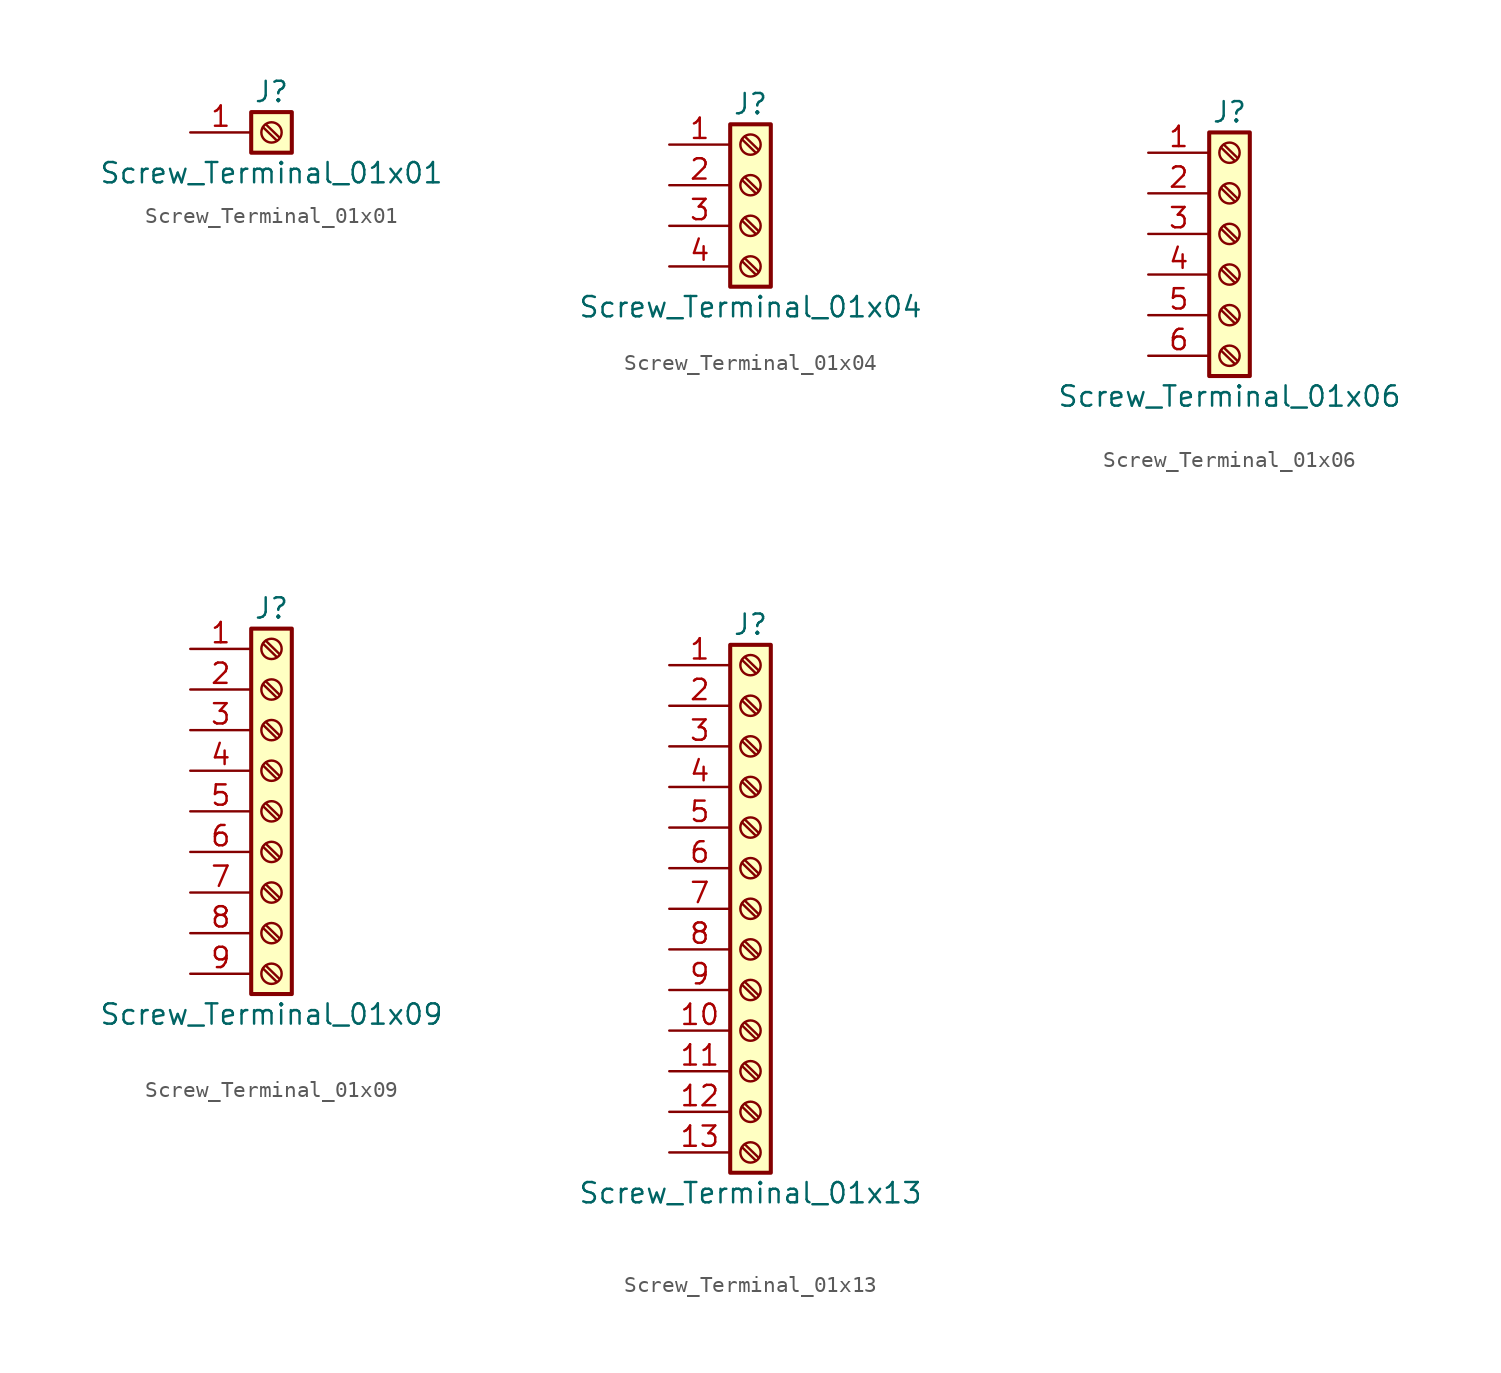
<source format=kicad_sym>
(kicad_symbol_lib
  (version 20211014)
  (generator kicad_symbol_editor)
  (symbol "Screw_Terminal_01x01"
    (pin_names
      (offset 1.016) hide)
    (property "Reference" "J"
      (at 0 2.54 0)
      (effects (font (size 1.27 1.27))))
    (property "Value" "Screw_Terminal_01x01"
      (at 0 -2.54 0)
      (effects (font (size 1.27 1.27))))
    (symbol "Screw_Terminal_01x01_1_1"
      (rectangle (start -1.27 1.27) (end 1.27 -1.27) (stroke (width 0.254) (type default) (color 0 0 0 0)) (fill (type background)))
      (polyline (pts (xy -0.533 0.33) (xy 0.33 -0.508)) (stroke (width 0.152) (type default) (color 0 0 0 0)) (fill (type none)))
      (polyline (pts (xy -0.356 0.508) (xy 0.508 -0.33)) (stroke (width 0.152) (type default) (color 0 0 0 0)) (fill (type none)))
      (circle (center 0 0) (radius 0.635) (stroke (width 0.152) (type default) (color 0 0 0 0)) (fill (type none)))
      (pin passive line (at -5.08 0 0) (length 3.81) (name "Pin_1" (effects (font (size 1.27 1.27)))) (number "1" (effects (font (size 1.27 1.27)))))))
  (symbol "Screw_Terminal_01x04"
    (pin_names
      (offset 1.016) hide)
    (property "Reference" "J"
      (at 0 5.08 0)
      (effects (font (size 1.27 1.27))))
    (property "Value" "Screw_Terminal_01x04"
      (at 0 -7.62 0)
      (effects (font (size 1.27 1.27))))
    (symbol "Screw_Terminal_01x04_1_1"
      (rectangle (start -1.27 3.81) (end 1.27 -6.35) (stroke (width 0.254) (type default) (color 0 0 0 0)) (fill (type background)))
      (circle (center 0 -5.08) (radius 0.635) (stroke (width 0.152) (type default) (color 0 0 0 0)) (fill (type none)))
      (circle (center 0 -2.54) (radius 0.635) (stroke (width 0.152) (type default) (color 0 0 0 0)) (fill (type none)))
      (polyline (pts (xy -0.533 -4.75) (xy 0.33 -5.588)) (stroke (width 0.152) (type default) (color 0 0 0 0)) (fill (type none)))
      (polyline (pts (xy -0.533 -2.21) (xy 0.33 -3.048)) (stroke (width 0.152) (type default) (color 0 0 0 0)) (fill (type none)))
      (polyline (pts (xy -0.533 0.33) (xy 0.33 -0.508)) (stroke (width 0.152) (type default) (color 0 0 0 0)) (fill (type none)))
      (polyline (pts (xy -0.533 2.87) (xy 0.33 2.032)) (stroke (width 0.152) (type default) (color 0 0 0 0)) (fill (type none)))
      (polyline (pts (xy -0.356 -4.572) (xy 0.508 -5.41)) (stroke (width 0.152) (type default) (color 0 0 0 0)) (fill (type none)))
      (polyline (pts (xy -0.356 -2.032) (xy 0.508 -2.87)) (stroke (width 0.152) (type default) (color 0 0 0 0)) (fill (type none)))
      (polyline (pts (xy -0.356 0.508) (xy 0.508 -0.33)) (stroke (width 0.152) (type default) (color 0 0 0 0)) (fill (type none)))
      (polyline (pts (xy -0.356 3.048) (xy 0.508 2.21)) (stroke (width 0.152) (type default) (color 0 0 0 0)) (fill (type none)))
      (circle (center 0 0) (radius 0.635) (stroke (width 0.152) (type default) (color 0 0 0 0)) (fill (type none)))
      (circle (center 0 2.54) (radius 0.635) (stroke (width 0.152) (type default) (color 0 0 0 0)) (fill (type none)))
      (pin passive line (at -5.08 2.54 0) (length 3.81) (name "Pin_1" (effects (font (size 1.27 1.27)))) (number "1" (effects (font (size 1.27 1.27)))))
      (pin passive line (at -5.08 0 0) (length 3.81) (name "Pin_2" (effects (font (size 1.27 1.27)))) (number "2" (effects (font (size 1.27 1.27)))))
      (pin passive line (at -5.08 -2.54 0) (length 3.81) (name "Pin_3" (effects (font (size 1.27 1.27)))) (number "3" (effects (font (size 1.27 1.27)))))
      (pin passive line (at -5.08 -5.08 0) (length 3.81) (name "Pin_4" (effects (font (size 1.27 1.27)))) (number "4" (effects (font (size 1.27 1.27)))))))
  (symbol "Screw_Terminal_01x06"
    (pin_names
      (offset 1.016) hide)
    (property "Reference" "J"
      (at 0 7.62 0)
      (effects (font (size 1.27 1.27))))
    (property "Value" "Screw_Terminal_01x06"
      (at 0 -10.16 0)
      (effects (font (size 1.27 1.27))))
    (symbol "Screw_Terminal_01x06_1_1"
      (rectangle (start -1.27 6.35) (end 1.27 -8.89) (stroke (width 0.254) (type default) (color 0 0 0 0)) (fill (type background)))
      (circle (center 0 -7.62) (radius 0.635) (stroke (width 0.152) (type default) (color 0 0 0 0)) (fill (type none)))
      (circle (center 0 -5.08) (radius 0.635) (stroke (width 0.152) (type default) (color 0 0 0 0)) (fill (type none)))
      (circle (center 0 -2.54) (radius 0.635) (stroke (width 0.152) (type default) (color 0 0 0 0)) (fill (type none)))
      (polyline (pts (xy -0.533 -7.29) (xy 0.33 -8.128)) (stroke (width 0.152) (type default) (color 0 0 0 0)) (fill (type none)))
      (polyline (pts (xy -0.533 -4.75) (xy 0.33 -5.588)) (stroke (width 0.152) (type default) (color 0 0 0 0)) (fill (type none)))
      (polyline (pts (xy -0.533 -2.21) (xy 0.33 -3.048)) (stroke (width 0.152) (type default) (color 0 0 0 0)) (fill (type none)))
      (polyline (pts (xy -0.533 0.33) (xy 0.33 -0.508)) (stroke (width 0.152) (type default) (color 0 0 0 0)) (fill (type none)))
      (polyline (pts (xy -0.533 2.87) (xy 0.33 2.032)) (stroke (width 0.152) (type default) (color 0 0 0 0)) (fill (type none)))
      (polyline (pts (xy -0.533 5.41) (xy 0.33 4.572)) (stroke (width 0.152) (type default) (color 0 0 0 0)) (fill (type none)))
      (polyline (pts (xy -0.356 -7.112) (xy 0.508 -7.95)) (stroke (width 0.152) (type default) (color 0 0 0 0)) (fill (type none)))
      (polyline (pts (xy -0.356 -4.572) (xy 0.508 -5.41)) (stroke (width 0.152) (type default) (color 0 0 0 0)) (fill (type none)))
      (polyline (pts (xy -0.356 -2.032) (xy 0.508 -2.87)) (stroke (width 0.152) (type default) (color 0 0 0 0)) (fill (type none)))
      (polyline (pts (xy -0.356 0.508) (xy 0.508 -0.33)) (stroke (width 0.152) (type default) (color 0 0 0 0)) (fill (type none)))
      (polyline (pts (xy -0.356 3.048) (xy 0.508 2.21)) (stroke (width 0.152) (type default) (color 0 0 0 0)) (fill (type none)))
      (polyline (pts (xy -0.356 5.588) (xy 0.508 4.75)) (stroke (width 0.152) (type default) (color 0 0 0 0)) (fill (type none)))
      (circle (center 0 0) (radius 0.635) (stroke (width 0.152) (type default) (color 0 0 0 0)) (fill (type none)))
      (circle (center 0 2.54) (radius 0.635) (stroke (width 0.152) (type default) (color 0 0 0 0)) (fill (type none)))
      (circle (center 0 5.08) (radius 0.635) (stroke (width 0.152) (type default) (color 0 0 0 0)) (fill (type none)))
      (pin passive line (at -5.08 5.08 0) (length 3.81) (name "Pin_1" (effects (font (size 1.27 1.27)))) (number "1" (effects (font (size 1.27 1.27)))))
      (pin passive line (at -5.08 2.54 0) (length 3.81) (name "Pin_2" (effects (font (size 1.27 1.27)))) (number "2" (effects (font (size 1.27 1.27)))))
      (pin passive line (at -5.08 0 0) (length 3.81) (name "Pin_3" (effects (font (size 1.27 1.27)))) (number "3" (effects (font (size 1.27 1.27)))))
      (pin passive line (at -5.08 -2.54 0) (length 3.81) (name "Pin_4" (effects (font (size 1.27 1.27)))) (number "4" (effects (font (size 1.27 1.27)))))
      (pin passive line (at -5.08 -5.08 0) (length 3.81) (name "Pin_5" (effects (font (size 1.27 1.27)))) (number "5" (effects (font (size 1.27 1.27)))))
      (pin passive line (at -5.08 -7.62 0) (length 3.81) (name "Pin_6" (effects (font (size 1.27 1.27)))) (number "6" (effects (font (size 1.27 1.27)))))))
  (symbol "Screw_Terminal_01x09"
    (pin_names
      (offset 1.016) hide)
    (property "Reference" "J"
      (at 0 12.7 0)
      (effects (font (size 1.27 1.27))))
    (property "Value" "Screw_Terminal_01x09"
      (at 0 -12.7 0)
      (effects (font (size 1.27 1.27))))
    (symbol "Screw_Terminal_01x09_1_1"
      (rectangle (start -1.27 11.43) (end 1.27 -11.43) (stroke (width 0.254) (type default) (color 0 0 0 0)) (fill (type background)))
      (circle (center 0 -10.16) (radius 0.635) (stroke (width 0.152) (type default) (color 0 0 0 0)) (fill (type none)))
      (circle (center 0 -7.62) (radius 0.635) (stroke (width 0.152) (type default) (color 0 0 0 0)) (fill (type none)))
      (circle (center 0 -5.08) (radius 0.635) (stroke (width 0.152) (type default) (color 0 0 0 0)) (fill (type none)))
      (circle (center 0 -2.54) (radius 0.635) (stroke (width 0.152) (type default) (color 0 0 0 0)) (fill (type none)))
      (polyline (pts (xy -0.533 -9.83) (xy 0.33 -10.668)) (stroke (width 0.152) (type default) (color 0 0 0 0)) (fill (type none)))
      (polyline (pts (xy -0.533 -7.29) (xy 0.33 -8.128)) (stroke (width 0.152) (type default) (color 0 0 0 0)) (fill (type none)))
      (polyline (pts (xy -0.533 -4.75) (xy 0.33 -5.588)) (stroke (width 0.152) (type default) (color 0 0 0 0)) (fill (type none)))
      (polyline (pts (xy -0.533 -2.21) (xy 0.33 -3.048)) (stroke (width 0.152) (type default) (color 0 0 0 0)) (fill (type none)))
      (polyline (pts (xy -0.533 0.33) (xy 0.33 -0.508)) (stroke (width 0.152) (type default) (color 0 0 0 0)) (fill (type none)))
      (polyline (pts (xy -0.533 2.87) (xy 0.33 2.032)) (stroke (width 0.152) (type default) (color 0 0 0 0)) (fill (type none)))
      (polyline (pts (xy -0.533 5.41) (xy 0.33 4.572)) (stroke (width 0.152) (type default) (color 0 0 0 0)) (fill (type none)))
      (polyline (pts (xy -0.533 7.95) (xy 0.33 7.112)) (stroke (width 0.152) (type default) (color 0 0 0 0)) (fill (type none)))
      (polyline (pts (xy -0.533 10.49) (xy 0.33 9.652)) (stroke (width 0.152) (type default) (color 0 0 0 0)) (fill (type none)))
      (polyline (pts (xy -0.356 -9.652) (xy 0.508 -10.49)) (stroke (width 0.152) (type default) (color 0 0 0 0)) (fill (type none)))
      (polyline (pts (xy -0.356 -7.112) (xy 0.508 -7.95)) (stroke (width 0.152) (type default) (color 0 0 0 0)) (fill (type none)))
      (polyline (pts (xy -0.356 -4.572) (xy 0.508 -5.41)) (stroke (width 0.152) (type default) (color 0 0 0 0)) (fill (type none)))
      (polyline (pts (xy -0.356 -2.032) (xy 0.508 -2.87)) (stroke (width 0.152) (type default) (color 0 0 0 0)) (fill (type none)))
      (polyline (pts (xy -0.356 0.508) (xy 0.508 -0.33)) (stroke (width 0.152) (type default) (color 0 0 0 0)) (fill (type none)))
      (polyline (pts (xy -0.356 3.048) (xy 0.508 2.21)) (stroke (width 0.152) (type default) (color 0 0 0 0)) (fill (type none)))
      (polyline (pts (xy -0.356 5.588) (xy 0.508 4.75)) (stroke (width 0.152) (type default) (color 0 0 0 0)) (fill (type none)))
      (polyline (pts (xy -0.356 8.128) (xy 0.508 7.29)) (stroke (width 0.152) (type default) (color 0 0 0 0)) (fill (type none)))
      (polyline (pts (xy -0.356 10.668) (xy 0.508 9.83)) (stroke (width 0.152) (type default) (color 0 0 0 0)) (fill (type none)))
      (circle (center 0 0) (radius 0.635) (stroke (width 0.152) (type default) (color 0 0 0 0)) (fill (type none)))
      (circle (center 0 2.54) (radius 0.635) (stroke (width 0.152) (type default) (color 0 0 0 0)) (fill (type none)))
      (circle (center 0 5.08) (radius 0.635) (stroke (width 0.152) (type default) (color 0 0 0 0)) (fill (type none)))
      (circle (center 0 7.62) (radius 0.635) (stroke (width 0.152) (type default) (color 0 0 0 0)) (fill (type none)))
      (circle (center 0 10.16) (radius 0.635) (stroke (width 0.152) (type default) (color 0 0 0 0)) (fill (type none)))
      (pin passive line (at -5.08 10.16 0) (length 3.81) (name "Pin_1" (effects (font (size 1.27 1.27)))) (number "1" (effects (font (size 1.27 1.27)))))
      (pin passive line (at -5.08 7.62 0) (length 3.81) (name "Pin_2" (effects (font (size 1.27 1.27)))) (number "2" (effects (font (size 1.27 1.27)))))
      (pin passive line (at -5.08 5.08 0) (length 3.81) (name "Pin_3" (effects (font (size 1.27 1.27)))) (number "3" (effects (font (size 1.27 1.27)))))
      (pin passive line (at -5.08 2.54 0) (length 3.81) (name "Pin_4" (effects (font (size 1.27 1.27)))) (number "4" (effects (font (size 1.27 1.27)))))
      (pin passive line (at -5.08 0 0) (length 3.81) (name "Pin_5" (effects (font (size 1.27 1.27)))) (number "5" (effects (font (size 1.27 1.27)))))
      (pin passive line (at -5.08 -2.54 0) (length 3.81) (name "Pin_6" (effects (font (size 1.27 1.27)))) (number "6" (effects (font (size 1.27 1.27)))))
      (pin passive line (at -5.08 -5.08 0) (length 3.81) (name "Pin_7" (effects (font (size 1.27 1.27)))) (number "7" (effects (font (size 1.27 1.27)))))
      (pin passive line (at -5.08 -7.62 0) (length 3.81) (name "Pin_8" (effects (font (size 1.27 1.27)))) (number "8" (effects (font (size 1.27 1.27)))))
      (pin passive line (at -5.08 -10.16 0) (length 3.81) (name "Pin_9" (effects (font (size 1.27 1.27)))) (number "9" (effects (font (size 1.27 1.27)))))))
  (symbol "Screw_Terminal_01x13"
    (pin_names
      (offset 1.016) hide)
    (property "Reference" "J"
      (at 0 17.78 0)
      (effects (font (size 1.27 1.27))))
    (property "Value" "Screw_Terminal_01x13"
      (at 0 -17.78 0)
      (effects (font (size 1.27 1.27))))
    (symbol "Screw_Terminal_01x13_1_1"
      (rectangle (start -1.27 16.51) (end 1.27 -16.51) (stroke (width 0.254) (type default) (color 0 0 0 0)) (fill (type background)))
      (circle (center 0 -15.24) (radius 0.635) (stroke (width 0.152) (type default) (color 0 0 0 0)) (fill (type none)))
      (circle (center 0 -12.7) (radius 0.635) (stroke (width 0.152) (type default) (color 0 0 0 0)) (fill (type none)))
      (circle (center 0 -10.16) (radius 0.635) (stroke (width 0.152) (type default) (color 0 0 0 0)) (fill (type none)))
      (circle (center 0 -7.62) (radius 0.635) (stroke (width 0.152) (type default) (color 0 0 0 0)) (fill (type none)))
      (circle (center 0 -5.08) (radius 0.635) (stroke (width 0.152) (type default) (color 0 0 0 0)) (fill (type none)))
      (circle (center 0 -2.54) (radius 0.635) (stroke (width 0.152) (type default) (color 0 0 0 0)) (fill (type none)))
      (polyline (pts (xy -0.533 -14.91) (xy 0.33 -15.748)) (stroke (width 0.152) (type default) (color 0 0 0 0)) (fill (type none)))
      (polyline (pts (xy -0.533 -12.37) (xy 0.33 -13.208)) (stroke (width 0.152) (type default) (color 0 0 0 0)) (fill (type none)))
      (polyline (pts (xy -0.533 -9.83) (xy 0.33 -10.668)) (stroke (width 0.152) (type default) (color 0 0 0 0)) (fill (type none)))
      (polyline (pts (xy -0.533 -7.29) (xy 0.33 -8.128)) (stroke (width 0.152) (type default) (color 0 0 0 0)) (fill (type none)))
      (polyline (pts (xy -0.533 -4.75) (xy 0.33 -5.588)) (stroke (width 0.152) (type default) (color 0 0 0 0)) (fill (type none)))
      (polyline (pts (xy -0.533 -2.21) (xy 0.33 -3.048)) (stroke (width 0.152) (type default) (color 0 0 0 0)) (fill (type none)))
      (polyline (pts (xy -0.533 0.33) (xy 0.33 -0.508)) (stroke (width 0.152) (type default) (color 0 0 0 0)) (fill (type none)))
      (polyline (pts (xy -0.533 2.87) (xy 0.33 2.032)) (stroke (width 0.152) (type default) (color 0 0 0 0)) (fill (type none)))
      (polyline (pts (xy -0.533 5.41) (xy 0.33 4.572)) (stroke (width 0.152) (type default) (color 0 0 0 0)) (fill (type none)))
      (polyline (pts (xy -0.533 7.95) (xy 0.33 7.112)) (stroke (width 0.152) (type default) (color 0 0 0 0)) (fill (type none)))
      (polyline (pts (xy -0.533 10.49) (xy 0.33 9.652)) (stroke (width 0.152) (type default) (color 0 0 0 0)) (fill (type none)))
      (polyline (pts (xy -0.533 13.03) (xy 0.33 12.192)) (stroke (width 0.152) (type default) (color 0 0 0 0)) (fill (type none)))
      (polyline (pts (xy -0.533 15.57) (xy 0.33 14.732)) (stroke (width 0.152) (type default) (color 0 0 0 0)) (fill (type none)))
      (polyline (pts (xy -0.356 -14.732) (xy 0.508 -15.57)) (stroke (width 0.152) (type default) (color 0 0 0 0)) (fill (type none)))
      (polyline (pts (xy -0.356 -12.192) (xy 0.508 -13.03)) (stroke (width 0.152) (type default) (color 0 0 0 0)) (fill (type none)))
      (polyline (pts (xy -0.356 -9.652) (xy 0.508 -10.49)) (stroke (width 0.152) (type default) (color 0 0 0 0)) (fill (type none)))
      (polyline (pts (xy -0.356 -7.112) (xy 0.508 -7.95)) (stroke (width 0.152) (type default) (color 0 0 0 0)) (fill (type none)))
      (polyline (pts (xy -0.356 -4.572) (xy 0.508 -5.41)) (stroke (width 0.152) (type default) (color 0 0 0 0)) (fill (type none)))
      (polyline (pts (xy -0.356 -2.032) (xy 0.508 -2.87)) (stroke (width 0.152) (type default) (color 0 0 0 0)) (fill (type none)))
      (polyline (pts (xy -0.356 0.508) (xy 0.508 -0.33)) (stroke (width 0.152) (type default) (color 0 0 0 0)) (fill (type none)))
      (polyline (pts (xy -0.356 3.048) (xy 0.508 2.21)) (stroke (width 0.152) (type default) (color 0 0 0 0)) (fill (type none)))
      (polyline (pts (xy -0.356 5.588) (xy 0.508 4.75)) (stroke (width 0.152) (type default) (color 0 0 0 0)) (fill (type none)))
      (polyline (pts (xy -0.356 8.128) (xy 0.508 7.29)) (stroke (width 0.152) (type default) (color 0 0 0 0)) (fill (type none)))
      (polyline (pts (xy -0.356 10.668) (xy 0.508 9.83)) (stroke (width 0.152) (type default) (color 0 0 0 0)) (fill (type none)))
      (polyline (pts (xy -0.356 13.208) (xy 0.508 12.37)) (stroke (width 0.152) (type default) (color 0 0 0 0)) (fill (type none)))
      (polyline (pts (xy -0.356 15.748) (xy 0.508 14.91)) (stroke (width 0.152) (type default) (color 0 0 0 0)) (fill (type none)))
      (circle (center 0 0) (radius 0.635) (stroke (width 0.152) (type default) (color 0 0 0 0)) (fill (type none)))
      (circle (center 0 2.54) (radius 0.635) (stroke (width 0.152) (type default) (color 0 0 0 0)) (fill (type none)))
      (circle (center 0 5.08) (radius 0.635) (stroke (width 0.152) (type default) (color 0 0 0 0)) (fill (type none)))
      (circle (center 0 7.62) (radius 0.635) (stroke (width 0.152) (type default) (color 0 0 0 0)) (fill (type none)))
      (circle (center 0 10.16) (radius 0.635) (stroke (width 0.152) (type default) (color 0 0 0 0)) (fill (type none)))
      (circle (center 0 12.7) (radius 0.635) (stroke (width 0.152) (type default) (color 0 0 0 0)) (fill (type none)))
      (circle (center 0 15.24) (radius 0.635) (stroke (width 0.152) (type default) (color 0 0 0 0)) (fill (type none)))
      (pin passive line (at -5.08 15.24 0) (length 3.81) (name "Pin_1" (effects (font (size 1.27 1.27)))) (number "1" (effects (font (size 1.27 1.27)))))
      (pin passive line (at -5.08 -7.62 0) (length 3.81) (name "Pin_10" (effects (font (size 1.27 1.27)))) (number "10" (effects (font (size 1.27 1.27)))))
      (pin passive line (at -5.08 -10.16 0) (length 3.81) (name "Pin_11" (effects (font (size 1.27 1.27)))) (number "11" (effects (font (size 1.27 1.27)))))
      (pin passive line (at -5.08 -12.7 0) (length 3.81) (name "Pin_12" (effects (font (size 1.27 1.27)))) (number "12" (effects (font (size 1.27 1.27)))))
      (pin passive line (at -5.08 -15.24 0) (length 3.81) (name "Pin_13" (effects (font (size 1.27 1.27)))) (number "13" (effects (font (size 1.27 1.27)))))
      (pin passive line (at -5.08 12.7 0) (length 3.81) (name "Pin_2" (effects (font (size 1.27 1.27)))) (number "2" (effects (font (size 1.27 1.27)))))
      (pin passive line (at -5.08 10.16 0) (length 3.81) (name "Pin_3" (effects (font (size 1.27 1.27)))) (number "3" (effects (font (size 1.27 1.27)))))
      (pin passive line (at -5.08 7.62 0) (length 3.81) (name "Pin_4" (effects (font (size 1.27 1.27)))) (number "4" (effects (font (size 1.27 1.27)))))
      (pin passive line (at -5.08 5.08 0) (length 3.81) (name "Pin_5" (effects (font (size 1.27 1.27)))) (number "5" (effects (font (size 1.27 1.27)))))
      (pin passive line (at -5.08 2.54 0) (length 3.81) (name "Pin_6" (effects (font (size 1.27 1.27)))) (number "6" (effects (font (size 1.27 1.27)))))
      (pin passive line (at -5.08 0 0) (length 3.81) (name "Pin_7" (effects (font (size 1.27 1.27)))) (number "7" (effects (font (size 1.27 1.27)))))
      (pin passive line (at -5.08 -2.54 0) (length 3.81) (name "Pin_8" (effects (font (size 1.27 1.27)))) (number "8" (effects (font (size 1.27 1.27)))))
      (pin passive line (at -5.08 -5.08 0) (length 3.81) (name "Pin_9" (effects (font (size 1.27 1.27)))) (number "9" (effects (font (size 1.27 1.27))))))))
</source>
